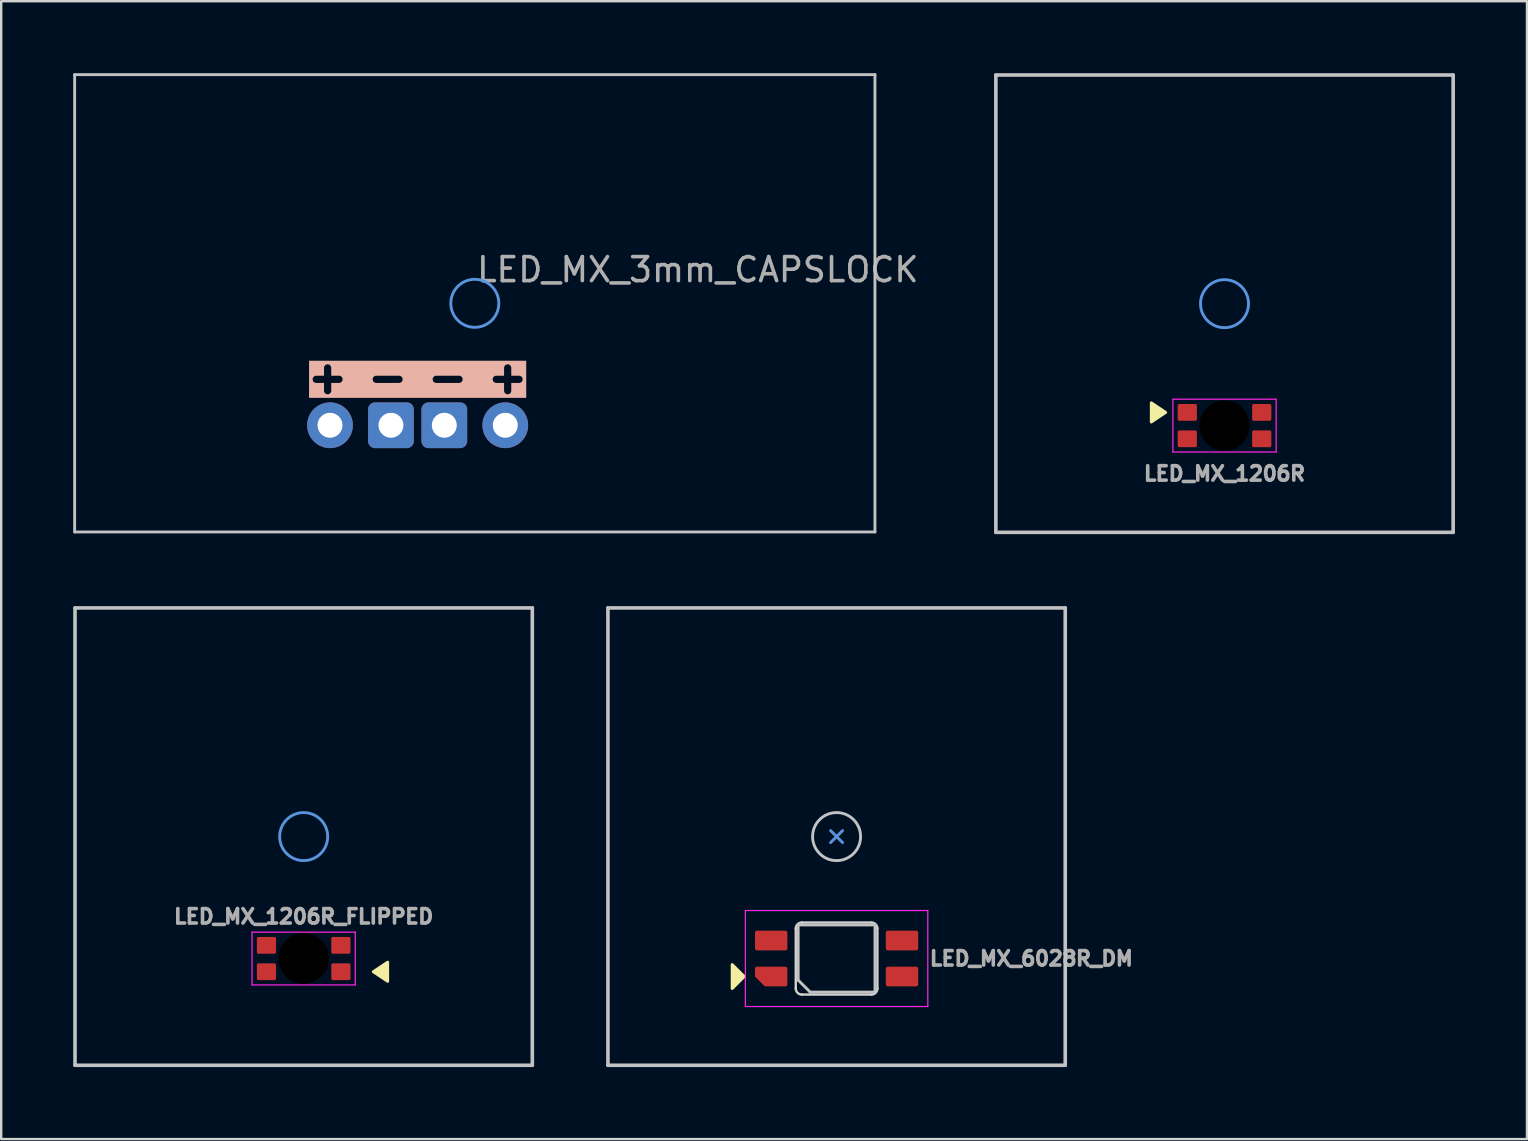
<source format=kicad_pcb>
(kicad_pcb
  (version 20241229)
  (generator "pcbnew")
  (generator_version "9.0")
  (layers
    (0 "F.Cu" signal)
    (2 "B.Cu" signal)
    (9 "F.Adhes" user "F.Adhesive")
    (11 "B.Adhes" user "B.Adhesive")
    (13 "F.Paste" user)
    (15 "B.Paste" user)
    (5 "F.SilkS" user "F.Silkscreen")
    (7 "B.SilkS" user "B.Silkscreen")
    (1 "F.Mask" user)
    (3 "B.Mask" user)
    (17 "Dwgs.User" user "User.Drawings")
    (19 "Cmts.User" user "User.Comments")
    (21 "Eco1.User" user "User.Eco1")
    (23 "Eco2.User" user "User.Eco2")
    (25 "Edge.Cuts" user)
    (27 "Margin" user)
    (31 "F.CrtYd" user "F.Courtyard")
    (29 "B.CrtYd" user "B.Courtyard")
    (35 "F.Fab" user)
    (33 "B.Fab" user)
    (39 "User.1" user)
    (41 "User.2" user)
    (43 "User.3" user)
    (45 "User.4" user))
  (footprint "LED_MX_1206R_FLIPPED"
    (layer "F.Cu")
    (at 9.6 36.88)
    (property "Reference" "LED_MX_1206R_FLIPPED" (at 0 -1.75 0) (layer "F.Fab") (effects (font (size 0.6 0.6) (thickness 0.15))))
    (attr smd)
    (fp_poly (pts (xy 3.5 0.95) (xy 2.9 0.55) (xy 3.5 0.15)) (stroke (width 0.12) (type solid)) (fill yes) (layer "F.SilkS"))
    (fp_line (start -9.525 -14.605) (end -9.525 4.445) (stroke (width 0.15) (type solid)) (layer "Dwgs.User"))
    (fp_line (start -9.525 4.445) (end 9.525 4.445) (stroke (width 0.15) (type solid)) (layer "Dwgs.User"))
    (fp_line (start 9.525 -14.605) (end -9.525 -14.605) (stroke (width 0.15) (type solid)) (layer "Dwgs.User"))
    (fp_line (start 9.525 4.445) (end 9.525 -14.605) (stroke (width 0.15) (type solid)) (layer "Dwgs.User"))
    (fp_circle (center 0 -5.08) (end 1 -5.08) (stroke (width 0.12) (type solid)) (fill no) (layer "Cmts.User"))
    (fp_line (start -2.15 -1.1) (end 2.15 -1.1) (stroke (width 0.05) (type solid)) (layer "F.CrtYd"))
    (fp_line (start -2.15 1.1) (end -2.15 -1.1) (stroke (width 0.05) (type solid)) (layer "F.CrtYd"))
    (fp_line (start 2.15 -1.1) (end 2.15 1.1) (stroke (width 0.05) (type solid)) (layer "F.CrtYd"))
    (fp_line (start 2.15 1.1) (end -2.15 1.1) (stroke (width 0.05) (type solid)) (layer "F.CrtYd"))
    (pad "" np_thru_hole circle (at 0 0 270) (size 2.1 2.1) (drill 2.1) (layers "*.Mask"))
    (pad "1" smd roundrect (at 1.55 0.55 90) (size 0.7 0.8) (layers "F.Cu" "F.Mask" "F.Paste") (roundrect_rratio 0.1))
    (pad "2" smd roundrect (at 1.55 -0.55 90) (size 0.7 0.8) (layers "F.Cu" "F.Mask" "F.Paste") (roundrect_rratio 0.1))
    (pad "3" smd roundrect (at -1.55 -0.55 90) (size 0.7 0.8) (layers "F.Cu" "F.Mask" "F.Paste") (roundrect_rratio 0.1))
    (pad "4" smd roundrect (at -1.55 0.55 90) (size 0.7 0.8) (layers "F.Cu" "F.Mask" "F.Paste") (roundrect_rratio 0.1)))
  (footprint "LED_MX_3mm_CAPSLOCK"
    (layer "F.Cu")
    (at 16.729 9.585)
    (property "Reference" "LED_MX_3mm_CAPSLOCK" (at 0 -1.4 0) (layer "F.Fab") (effects (font (size 1 1) (thickness 0.15)) (justify left)))
    (attr through_hole exclude_from_pos_files exclude_from_bom)
    (fp_line (start -16.669 -9.525) (end -16.669 9.525) (stroke (width 0.12) (type solid)) (layer "Dwgs.User"))
    (fp_line (start -16.669 9.525) (end 16.669 9.525) (stroke (width 0.12) (type solid)) (layer "Dwgs.User"))
    (fp_line (start 16.669 -9.525) (end -16.669 -9.525) (stroke (width 0.12) (type solid)) (layer "Dwgs.User"))
    (fp_line (start 16.669 9.525) (end 16.669 -9.525) (stroke (width 0.12) (type solid)) (layer "Dwgs.User"))
    (fp_circle (center 0 0) (end 1 0) (stroke (width 0.12) (type solid)) (fill no) (layer "Cmts.User"))
    (fp_text user "+ - - +" (at -2.381 3.08 0) (layer "B.SilkS" knockout) (effects (font (size 1.25 1.25) (thickness 0.3) (bold yes))))
    (pad "1" thru_hole roundrect (at -3.493 5.08) (size 1.905 1.905) (drill 1.04) (layers "*.Cu" "B.Mask") (roundrect_rratio 0.15))
    (pad "1" thru_hole roundrect (at -1.27 5.08) (size 1.905 1.905) (drill 1.04) (layers "*.Cu" "B.Mask") (roundrect_rratio 0.15))
    (pad "2" thru_hole circle (at -6.032 5.08) (size 1.905 1.905) (drill 1.04) (layers "*.Cu" "B.Mask"))
    (pad "2" thru_hole circle (at 1.27 5.08) (size 1.905 1.905) (drill 1.04) (layers "*.Cu" "B.Mask")))
  (footprint "LED_MX_1206R"
    (layer "F.Cu")
    (at 47.96 14.68)
    (property "Reference" "LED_MX_1206R" (at 0 2 0) (layer "F.Fab") (effects (font (size 0.6 0.6) (thickness 0.15))))
    (attr smd)
    (fp_poly (pts (xy -3.05 -0.95) (xy -2.45 -0.55) (xy -3.05 -0.15)) (stroke (width 0.12) (type solid)) (fill yes) (layer "F.SilkS"))
    (fp_line (start -9.525 -14.605) (end -9.525 4.445) (stroke (width 0.15) (type solid)) (layer "Dwgs.User"))
    (fp_line (start -9.525 4.445) (end 9.525 4.445) (stroke (width 0.15) (type solid)) (layer "Dwgs.User"))
    (fp_line (start 9.525 -14.605) (end -9.525 -14.605) (stroke (width 0.15) (type solid)) (layer "Dwgs.User"))
    (fp_line (start 9.525 4.445) (end 9.525 -14.605) (stroke (width 0.15) (type solid)) (layer "Dwgs.User"))
    (fp_circle (center 0 -5.08) (end 1 -5.08) (stroke (width 0.12) (type solid)) (fill no) (layer "Cmts.User"))
    (fp_line (start -2.15 -1.1) (end 2.15 -1.1) (stroke (width 0.05) (type solid)) (layer "F.CrtYd"))
    (fp_line (start -2.15 1.1) (end -2.15 -1.1) (stroke (width 0.05) (type solid)) (layer "F.CrtYd"))
    (fp_line (start 2.15 -1.1) (end 2.15 1.1) (stroke (width 0.05) (type solid)) (layer "F.CrtYd"))
    (fp_line (start 2.15 1.1) (end -2.15 1.1) (stroke (width 0.05) (type solid)) (layer "F.CrtYd"))
    (pad "" np_thru_hole circle (at 0 0 90) (size 2.1 2.1) (drill 2.1) (layers "*.Mask"))
    (pad "1" smd roundrect (at -1.55 -0.55 270) (size 0.7 0.8) (layers "F.Cu" "F.Mask" "F.Paste") (roundrect_rratio 0.1))
    (pad "2" smd roundrect (at -1.55 0.55 270) (size 0.7 0.8) (layers "F.Cu" "F.Mask" "F.Paste") (roundrect_rratio 0.1))
    (pad "3" smd roundrect (at 1.55 0.55 270) (size 0.7 0.8) (layers "F.Cu" "F.Mask" "F.Paste") (roundrect_rratio 0.1))
    (pad "4" smd roundrect (at 1.55 -0.55 270) (size 0.7 0.8) (layers "F.Cu" "F.Mask" "F.Paste") (roundrect_rratio 0.1)))
  (footprint "LED_MX_6028R_DM"
    (layer "F.Cu")
    (at 31.8 31.8)
    (property "Reference" "LED_MX_6028R_DM" (at 3.8 5.08 0) (layer "F.Fab") (effects (font (size 0.6 0.6) (thickness 0.15)) (justify left)))
    (attr smd)
    (fp_poly (pts (xy -3.85 5.83) (xy -4.35 6.33) (xy -4.35 5.33)) (stroke (width 0.12) (type solid)) (fill yes) (layer "F.SilkS"))
    (fp_line (start -9.525 -9.525) (end -9.525 9.525) (stroke (width 0.15) (type solid)) (layer "Dwgs.User"))
    (fp_line (start -9.525 9.525) (end 9.525 9.525) (stroke (width 0.15) (type solid)) (layer "Dwgs.User"))
    (fp_line (start -1.6 3.68) (end 1.6 3.68) (stroke (width 0.12) (type solid)) (layer "Dwgs.User"))
    (fp_line (start -1.6 5.98) (end -1.6 3.68) (stroke (width 0.12) (type solid)) (layer "Dwgs.User"))
    (fp_line (start -1.6 5.98) (end -1.1 6.48) (stroke (width 0.12) (type solid)) (layer "Dwgs.User"))
    (fp_line (start 1.6 3.68) (end 1.6 6.48) (stroke (width 0.12) (type solid)) (layer "Dwgs.User"))
    (fp_line (start 1.6 6.48) (end -1.1 6.48) (stroke (width 0.12) (type solid)) (layer "Dwgs.User"))
    (fp_line (start 9.525 -9.525) (end -9.525 -9.525) (stroke (width 0.15) (type solid)) (layer "Dwgs.User"))
    (fp_line (start 9.525 9.525) (end 9.525 -9.525) (stroke (width 0.15) (type solid)) (layer "Dwgs.User"))
    (fp_circle (center 0 0) (end 0 -1) (stroke (width 0.12) (type solid)) (fill no) (layer "Dwgs.User"))
    (fp_line (start -0.25 0.25) (end 0 0) (stroke (width 0.12) (type solid)) (layer "Cmts.User"))
    (fp_line (start 0 0) (end -0.25 -0.25) (stroke (width 0.12) (type solid)) (layer "Cmts.User"))
    (fp_line (start 0 0) (end 0.25 -0.25) (stroke (width 0.12) (type solid)) (layer "Cmts.User"))
    (fp_line (start 0.25 0.25) (end 0 0) (stroke (width 0.12) (type solid)) (layer "Cmts.User"))
    (fp_line (start -1.7 3.83) (end -1.7 6.33) (stroke (width 0.1) (type solid)) (layer "Edge.Cuts"))
    (fp_line (start -1.45 3.58) (end 1.45 3.58) (stroke (width 0.1) (type solid)) (layer "Edge.Cuts"))
    (fp_line (start -1.45 6.58) (end 1.45 6.58) (stroke (width 0.1) (type solid)) (layer "Edge.Cuts"))
    (fp_line (start 1.7 3.83) (end 1.7 6.33) (stroke (width 0.1) (type solid)) (layer "Edge.Cuts"))
    (fp_arc (start -1.699999 3.83) (mid -1.626776 3.653223) (end -1.449999 3.58) (stroke (width 0.1) (type solid)) (layer "Edge.Cuts"))
    (fp_arc (start -1.449999 6.579999) (mid -1.626776 6.506776) (end -1.699999 6.329999) (stroke (width 0.1) (type solid)) (layer "Edge.Cuts"))
    (fp_arc (start 1.449999 3.58) (mid 1.626776 3.653223) (end 1.699999 3.83) (stroke (width 0.1) (type solid)) (layer "Edge.Cuts"))
    (fp_arc (start 1.699999 6.329999) (mid 1.626776 6.506776) (end 1.449999 6.579999) (stroke (width 0.1) (type solid)) (layer "Edge.Cuts"))
    (fp_line (start -3.8 3.08) (end 3.8 3.08) (stroke (width 0.05) (type solid)) (layer "F.CrtYd"))
    (fp_line (start -3.8 7.08) (end -3.8 3.08) (stroke (width 0.05) (type solid)) (layer "F.CrtYd"))
    (fp_line (start 3.8 3.08) (end 3.8 7.08) (stroke (width 0.05) (type solid)) (layer "F.CrtYd"))
    (fp_line (start 3.8 7.08) (end -3.8 7.08) (stroke (width 0.05) (type solid)) (layer "F.CrtYd"))
    (pad "1" smd roundrect (at -2.725 5.83 90) (size 0.82 1.35) (layers "F.Cu" "F.Mask" "F.Paste") (roundrect_rratio 0.1) (chamfer_ratio 0.5) (chamfer top_left))
    (pad "2" smd roundrect (at -2.725 4.33 90) (size 0.82 1.35) (layers "F.Cu" "F.Mask" "F.Paste") (roundrect_rratio 0.1))
    (pad "3" smd roundrect (at 2.725 4.33 90) (size 0.82 1.35) (layers "F.Cu" "F.Mask" "F.Paste") (roundrect_rratio 0.1))
    (pad "4" smd roundrect (at 2.725 5.83 90) (size 0.82 1.35) (layers "F.Cu" "F.Mask" "F.Paste") (roundrect_rratio 0.1)))
  (gr_rect
    (start -3 -3)
    (end 60.56 44.4)
    (stroke (width 0.1) (type default))
    (fill no)
    (layer "Edge.Cuts")))
</source>
